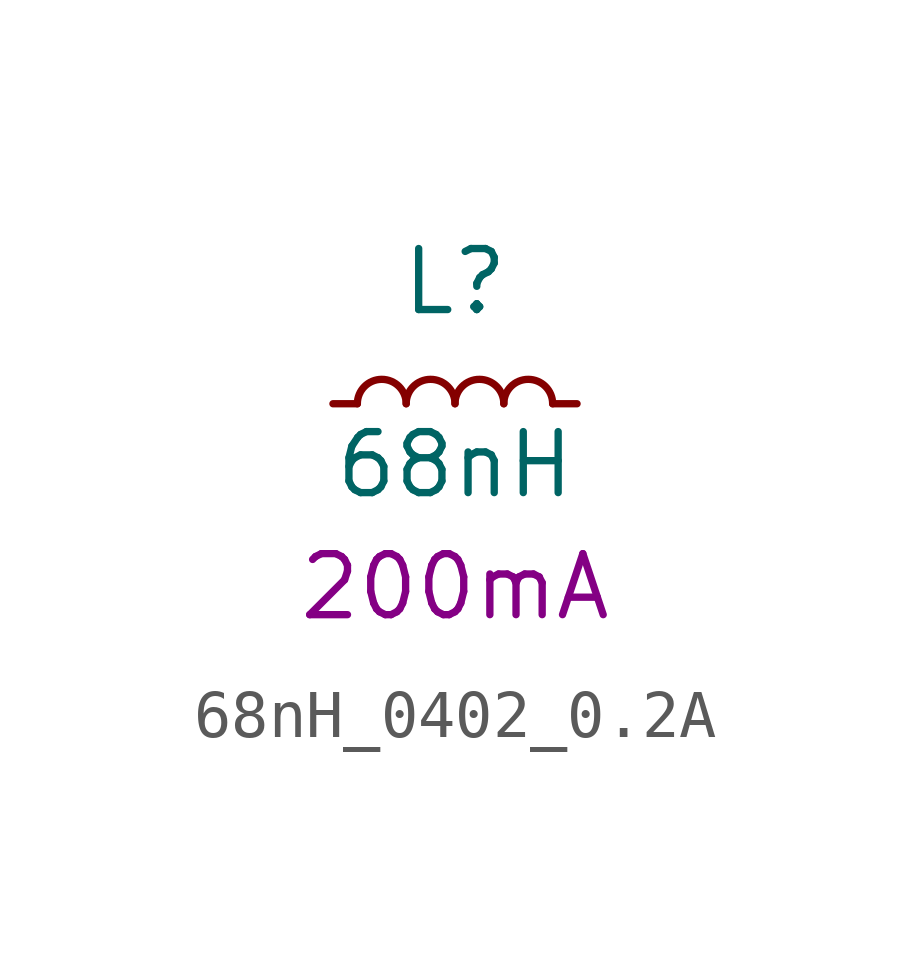
<source format=kicad_sym>
(kicad_symbol_lib
  (version 20241209)
  (generator "kicad_symbol_editor")
  (generator_version "9.0")
  (symbol "68nH_0402_0.2A"
    (pin_numbers
      (hide yes))
    (pin_names
      (offset 1.016)
      (hide yes))
    (property "Reference" "L"
      (at 0 2.54 0)
      (effects (font (size 1.27 1.27))))
    (property "Value" "68nH"
      (at 0 -1.27 0)
      (effects (font (size 1.27 1.27))))
    (property "Current" "200mA"
      (at 0 -3.81 0)
      (effects (font (size 1.27 1.27))))
    (symbol "68nH_0402_0.2A_0_1"
      (arc (start -2.032 0) (mid -1.524 0.5058) (end -1.016 0) (stroke (width 0) (type default)) (fill (type none)))
      (arc (start -1.016 0) (mid -0.508 0.5058) (end 0 0) (stroke (width 0) (type default)) (fill (type none)))
      (arc (start 0 0) (mid 0.508 0.5058) (end 1.016 0) (stroke (width 0) (type default)) (fill (type none)))
      (arc (start 1.016 0) (mid 1.524 0.5058) (end 2.032 0) (stroke (width 0) (type default)) (fill (type none))))
    (symbol "68nH_0402_0.2A_1_1"
      (pin passive line (at -2.54 0 0) (length 0.508) (name "~" (effects (font (size 1.27 1.27)))) (number "1" (effects (font (size 1.27 1.27)))))
      (pin passive line (at 2.54 0 180) (length 0.508) (name "~" (effects (font (size 1.27 1.27)))) (number "2" (effects (font (size 1.27 1.27))))))))
</source>
